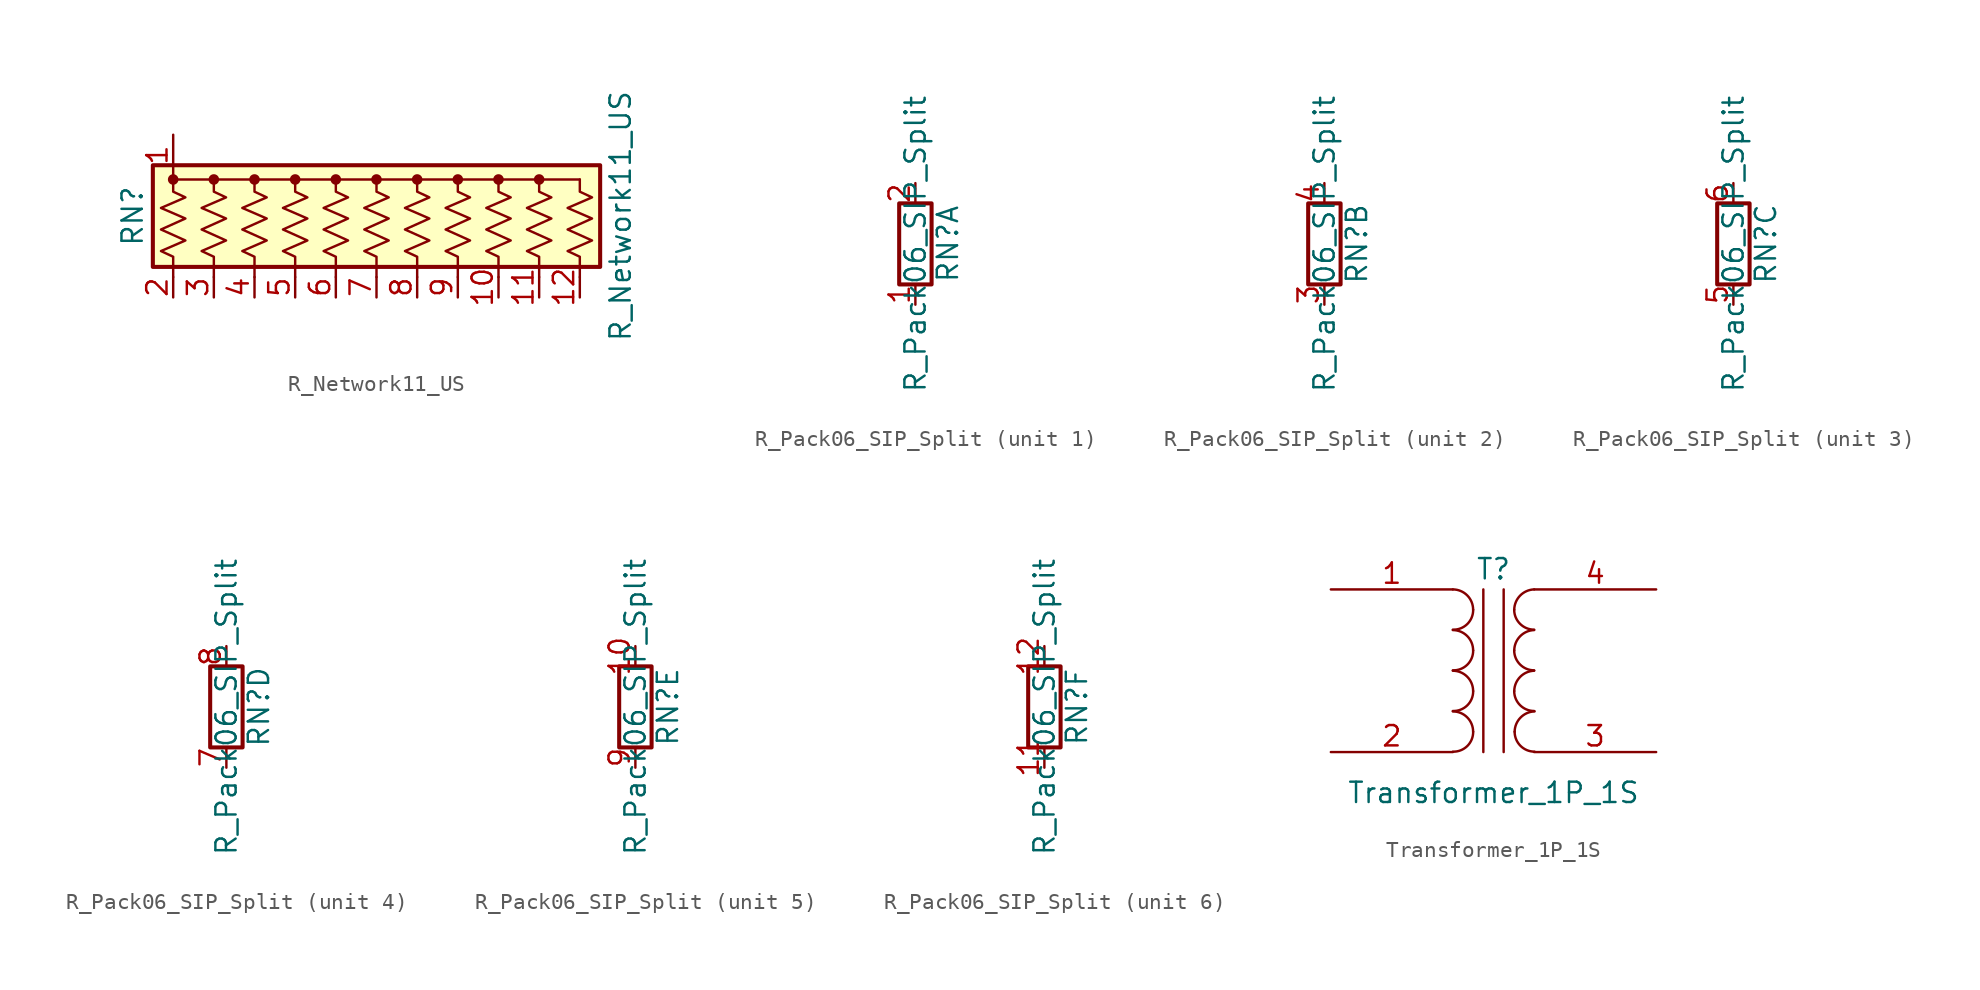
<source format=kicad_sym>
(kicad_symbol_lib
  (version 20241209)
  (generator "kicad_symbol_editor")
  (generator_version "9.0")
  (symbol "R_Network11_US"
    (pin_names
      (offset 0)
      (hide yes))
    (property "Reference" "RN"
      (at -15.24 0 90)
      (effects (font (size 1.27 1.27))))
    (property "Value" "R_Network11_US"
      (at 15.24 0 90)
      (effects (font (size 1.27 1.27))))
    (symbol "R_Network11_US_0_1"
      (rectangle (start -13.97 -3.175) (end 13.97 3.175) (stroke (width 0.254) (type solid)) (fill (type background)))
      (circle (center -12.7 2.286) (radius 0.254) (stroke (width 0) (type solid)) (fill (type outline)))
      (polyline (pts (xy -12.7 2.286) (xy 12.7 2.286)) (stroke (width 0) (type solid)) (fill (type none)))
      (polyline (pts (xy -12.7 2.286) (xy -12.7 1.524) (xy -11.938 1.168) (xy -13.462 0.508) (xy -11.938 -0.152) (xy -13.462 -0.838) (xy -11.938 -1.524) (xy -13.462 -2.184) (xy -12.7 -2.54) (xy -12.7 -3.81)) (stroke (width 0) (type solid)) (fill (type none)))
      (circle (center -10.16 2.286) (radius 0.254) (stroke (width 0) (type solid)) (fill (type outline)))
      (polyline (pts (xy -10.16 2.286) (xy -10.16 1.524) (xy -9.398 1.168) (xy -10.922 0.508) (xy -9.398 -0.152) (xy -10.922 -0.838) (xy -9.398 -1.524) (xy -10.922 -2.184) (xy -10.16 -2.54) (xy -10.16 -3.81)) (stroke (width 0) (type solid)) (fill (type none)))
      (circle (center -7.62 2.286) (radius 0.254) (stroke (width 0) (type solid)) (fill (type outline)))
      (polyline (pts (xy -7.62 2.286) (xy -7.62 1.524) (xy -6.858 1.168) (xy -8.382 0.508) (xy -6.858 -0.152) (xy -8.382 -0.838) (xy -6.858 -1.524) (xy -8.382 -2.184) (xy -7.62 -2.54) (xy -7.62 -3.81)) (stroke (width 0) (type solid)) (fill (type none)))
      (circle (center -5.08 2.286) (radius 0.254) (stroke (width 0) (type solid)) (fill (type outline)))
      (polyline (pts (xy -5.08 2.286) (xy -5.08 1.524) (xy -4.318 1.168) (xy -5.842 0.508) (xy -4.318 -0.152) (xy -5.842 -0.838) (xy -4.318 -1.524) (xy -5.842 -2.184) (xy -5.08 -2.54) (xy -5.08 -3.81)) (stroke (width 0) (type solid)) (fill (type none)))
      (circle (center -2.54 2.286) (radius 0.254) (stroke (width 0) (type solid)) (fill (type outline)))
      (polyline (pts (xy -2.54 2.286) (xy -2.54 1.524) (xy -1.778 1.168) (xy -3.302 0.508) (xy -1.778 -0.152) (xy -3.302 -0.838) (xy -1.778 -1.524) (xy -3.302 -2.184) (xy -2.54 -2.54) (xy -2.54 -3.81)) (stroke (width 0) (type solid)) (fill (type none)))
      (circle (center 0 2.286) (radius 0.254) (stroke (width 0) (type solid)) (fill (type outline)))
      (polyline (pts (xy 0 2.286) (xy 0 1.524) (xy 0.762 1.168) (xy -0.762 0.508) (xy 0.762 -0.152) (xy -0.762 -0.838) (xy 0.762 -1.524) (xy -0.762 -2.184) (xy 0 -2.54) (xy 0 -3.81)) (stroke (width 0) (type solid)) (fill (type none)))
      (polyline (pts (xy 2.54 2.286) (xy 2.54 1.524) (xy 3.302 1.168) (xy 1.778 0.508) (xy 3.302 -0.152) (xy 1.778 -0.838) (xy 3.302 -1.524) (xy 1.778 -2.184) (xy 2.54 -2.54) (xy 2.54 -3.81)) (stroke (width 0) (type solid)) (fill (type none)))
      (circle (center 2.54 2.286) (radius 0.254) (stroke (width 0) (type solid)) (fill (type outline)))
      (polyline (pts (xy 5.08 2.286) (xy 5.08 1.524) (xy 5.842 1.168) (xy 4.318 0.508) (xy 5.842 -0.152) (xy 4.318 -0.838) (xy 5.842 -1.524) (xy 4.318 -2.184) (xy 5.08 -2.54) (xy 5.08 -3.81)) (stroke (width 0) (type solid)) (fill (type none)))
      (circle (center 5.08 2.286) (radius 0.254) (stroke (width 0) (type solid)) (fill (type outline)))
      (polyline (pts (xy 7.62 2.286) (xy 7.62 1.524) (xy 8.382 1.168) (xy 6.858 0.508) (xy 8.382 -0.152) (xy 6.858 -0.838) (xy 8.382 -1.524) (xy 6.858 -2.184) (xy 7.62 -2.54) (xy 7.62 -3.81)) (stroke (width 0) (type solid)) (fill (type none)))
      (circle (center 7.62 2.286) (radius 0.254) (stroke (width 0) (type solid)) (fill (type outline)))
      (polyline (pts (xy 10.16 2.286) (xy 10.16 1.524) (xy 10.922 1.168) (xy 9.398 0.508) (xy 10.922 -0.152) (xy 9.398 -0.838) (xy 10.922 -1.524) (xy 9.398 -2.184) (xy 10.16 -2.54) (xy 10.16 -3.81)) (stroke (width 0) (type solid)) (fill (type none)))
      (circle (center 10.16 2.286) (radius 0.254) (stroke (width 0) (type solid)) (fill (type outline)))
      (polyline (pts (xy 12.7 2.286) (xy 12.7 1.524) (xy 13.462 1.168) (xy 11.938 0.508) (xy 13.462 -0.152) (xy 11.938 -0.838) (xy 13.462 -1.524) (xy 11.938 -2.184) (xy 12.7 -2.54) (xy 12.7 -3.81)) (stroke (width 0) (type solid)) (fill (type none))))
    (symbol "R_Network11_US_1_1"
      (pin passive line (at -12.7 5.08 270) (length 2.54) (name "common" (effects (font (size 1.27 1.27)))) (number "1" (effects (font (size 1.27 1.27)))))
      (pin passive line (at -12.7 -5.08 90) (length 1.27) (name "R1" (effects (font (size 1.27 1.27)))) (number "2" (effects (font (size 1.27 1.27)))))
      (pin passive line (at -10.16 -5.08 90) (length 1.27) (name "R2" (effects (font (size 1.27 1.27)))) (number "3" (effects (font (size 1.27 1.27)))))
      (pin passive line (at -7.62 -5.08 90) (length 1.27) (name "R3" (effects (font (size 1.27 1.27)))) (number "4" (effects (font (size 1.27 1.27)))))
      (pin passive line (at -5.08 -5.08 90) (length 1.27) (name "R4" (effects (font (size 1.27 1.27)))) (number "5" (effects (font (size 1.27 1.27)))))
      (pin passive line (at -2.54 -5.08 90) (length 1.27) (name "R5" (effects (font (size 1.27 1.27)))) (number "6" (effects (font (size 1.27 1.27)))))
      (pin passive line (at 0 -5.08 90) (length 1.27) (name "R6" (effects (font (size 1.27 1.27)))) (number "7" (effects (font (size 1.27 1.27)))))
      (pin passive line (at 2.54 -5.08 90) (length 1.27) (name "R7" (effects (font (size 1.27 1.27)))) (number "8" (effects (font (size 1.27 1.27)))))
      (pin passive line (at 5.08 -5.08 90) (length 1.27) (name "R8" (effects (font (size 1.27 1.27)))) (number "9" (effects (font (size 1.27 1.27)))))
      (pin passive line (at 7.62 -5.08 90) (length 1.27) (name "R9" (effects (font (size 1.27 1.27)))) (number "10" (effects (font (size 1.27 1.27)))))
      (pin passive line (at 10.16 -5.08 90) (length 1.27) (name "R10" (effects (font (size 1.27 1.27)))) (number "11" (effects (font (size 1.27 1.27)))))
      (pin passive line (at 12.7 -5.08 90) (length 1.27) (name "R11" (effects (font (size 1.27 1.27)))) (number "12" (effects (font (size 1.27 1.27)))))))
  (symbol "R_Pack06_SIP_Split"
    (pin_names
      (offset 0)
      (hide yes))
    (property "Reference" "RN"
      (at 2.032 0 90)
      (effects (font (size 1.27 1.27))))
    (property "Value" "R_Pack06_SIP_Split"
      (at 0 0 90)
      (effects (font (size 1.27 1.27))))
    (symbol "R_Pack06_SIP_Split_0_1"
      (rectangle (start 1.016 2.54) (end -1.016 -2.54) (stroke (width 0.254) (type solid)) (fill (type none))))
    (symbol "R_Pack06_SIP_Split_1_1"
      (pin passive line (at 0 3.81 270) (length 1.27) (name "R1.2" (effects (font (size 1.27 1.27)))) (number "2" (effects (font (size 1.27 1.27)))))
      (pin passive line (at 0 -3.81 90) (length 1.27) (name "R1.1" (effects (font (size 1.27 1.27)))) (number "1" (effects (font (size 1.27 1.27))))))
    (symbol "R_Pack06_SIP_Split_2_1"
      (pin passive line (at 0 3.81 270) (length 1.27) (name "R2.2" (effects (font (size 1.27 1.27)))) (number "4" (effects (font (size 1.27 1.27)))))
      (pin passive line (at 0 -3.81 90) (length 1.27) (name "R2.1" (effects (font (size 1.27 1.27)))) (number "3" (effects (font (size 1.27 1.27))))))
    (symbol "R_Pack06_SIP_Split_3_1"
      (pin passive line (at 0 3.81 270) (length 1.27) (name "R3.2" (effects (font (size 1.27 1.27)))) (number "6" (effects (font (size 1.27 1.27)))))
      (pin passive line (at 0 -3.81 90) (length 1.27) (name "R3.1" (effects (font (size 1.27 1.27)))) (number "5" (effects (font (size 1.27 1.27))))))
    (symbol "R_Pack06_SIP_Split_4_1"
      (pin passive line (at 0 3.81 270) (length 1.27) (name "R4.2" (effects (font (size 1.27 1.27)))) (number "8" (effects (font (size 1.27 1.27)))))
      (pin passive line (at 0 -3.81 90) (length 1.27) (name "R4.1" (effects (font (size 1.27 1.27)))) (number "7" (effects (font (size 1.27 1.27))))))
    (symbol "R_Pack06_SIP_Split_5_1"
      (pin passive line (at 0 3.81 270) (length 1.27) (name "R5.2" (effects (font (size 1.27 1.27)))) (number "10" (effects (font (size 1.27 1.27)))))
      (pin passive line (at 0 -3.81 90) (length 1.27) (name "R5.1" (effects (font (size 1.27 1.27)))) (number "9" (effects (font (size 1.27 1.27))))))
    (symbol "R_Pack06_SIP_Split_6_1"
      (pin passive line (at 0 3.81 270) (length 1.27) (name "R6.2" (effects (font (size 1.27 1.27)))) (number "12" (effects (font (size 1.27 1.27)))))
      (pin passive line (at 0 -3.81 90) (length 1.27) (name "R6.1" (effects (font (size 1.27 1.27)))) (number "11" (effects (font (size 1.27 1.27)))))))
  (symbol "Transformer_1P_1S"
    (pin_names
      (offset 1.016)
      (hide yes))
    (property "Reference" "T"
      (at 0 6.35 0)
      (effects (font (size 1.27 1.27))))
    (property "Value" "Transformer_1P_1S"
      (at 0 -7.62 0)
      (effects (font (size 1.27 1.27))))
    (symbol "Transformer_1P_1S_0_1"
      (arc (start -2.54 5.08) (mid -1.642 4.708) (end -1.27 3.81) (stroke (width 0) (type solid)) (fill (type none)))
      (arc (start -1.27 3.81) (mid -1.642 2.912) (end -2.54 2.5654) (stroke (width 0) (type solid)) (fill (type none)))
      (arc (start -2.54 2.54) (mid -1.642 2.168) (end -1.27 1.27) (stroke (width 0) (type solid)) (fill (type none)))
      (arc (start -1.27 1.27) (mid -1.642 0.372) (end -2.54 0.0254) (stroke (width 0) (type solid)) (fill (type none)))
      (arc (start -2.54 0) (mid -1.642 -0.372) (end -1.27 -1.27) (stroke (width 0) (type solid)) (fill (type none)))
      (arc (start -1.27 -1.27) (mid -1.642 -2.168) (end -2.54 -2.5146) (stroke (width 0) (type solid)) (fill (type none)))
      (arc (start -2.54 -2.54) (mid -1.642 -2.912) (end -1.27 -3.81) (stroke (width 0) (type solid)) (fill (type none)))
      (arc (start -1.27 -3.81) (mid -1.642 -4.708) (end -2.54 -5.0546) (stroke (width 0) (type solid)) (fill (type none)))
      (polyline (pts (xy -0.635 5.08) (xy -0.635 -5.08)) (stroke (width 0) (type solid)) (fill (type none)))
      (polyline (pts (xy 0.635 -5.08) (xy 0.635 5.08)) (stroke (width 0) (type solid)) (fill (type none)))
      (arc (start 1.2954 3.81) (mid 1.6599 4.6901) (end 2.54 5.08) (stroke (width 0) (type solid)) (fill (type none)))
      (arc (start 2.54 2.5654) (mid 1.6599 2.9299) (end 1.2954 3.81) (stroke (width 0) (type solid)) (fill (type none)))
      (arc (start 1.2954 1.27) (mid 1.6599 2.1501) (end 2.54 2.54) (stroke (width 0) (type solid)) (fill (type none)))
      (arc (start 2.54 0.0254) (mid 1.6599 0.3899) (end 1.2954 1.27) (stroke (width 0) (type solid)) (fill (type none)))
      (arc (start 1.2954 -1.27) (mid 1.6599 -0.3899) (end 2.54 0) (stroke (width 0) (type solid)) (fill (type none)))
      (arc (start 2.54 -2.5146) (mid 1.6599 -2.1501) (end 1.2954 -1.27) (stroke (width 0) (type solid)) (fill (type none)))
      (arc (start 1.3208 -3.81) (mid 1.6853 -2.9299) (end 2.5654 -2.54) (stroke (width 0) (type solid)) (fill (type none)))
      (arc (start 2.5654 -5.0546) (mid 1.6853 -4.6901) (end 1.3208 -3.81) (stroke (width 0) (type solid)) (fill (type none))))
    (symbol "Transformer_1P_1S_1_1"
      (pin passive line (at -10.16 5.08 0) (length 7.62) (name "AA" (effects (font (size 1.27 1.27)))) (number "1" (effects (font (size 1.27 1.27)))))
      (pin passive line (at -10.16 -5.08 0) (length 7.62) (name "AB" (effects (font (size 1.27 1.27)))) (number "2" (effects (font (size 1.27 1.27)))))
      (pin passive line (at 10.16 5.08 180) (length 7.62) (name "SB" (effects (font (size 1.27 1.27)))) (number "4" (effects (font (size 1.27 1.27)))))
      (pin passive line (at 10.16 -5.08 180) (length 7.62) (name "SA" (effects (font (size 1.27 1.27)))) (number "3" (effects (font (size 1.27 1.27))))))))
</source>
